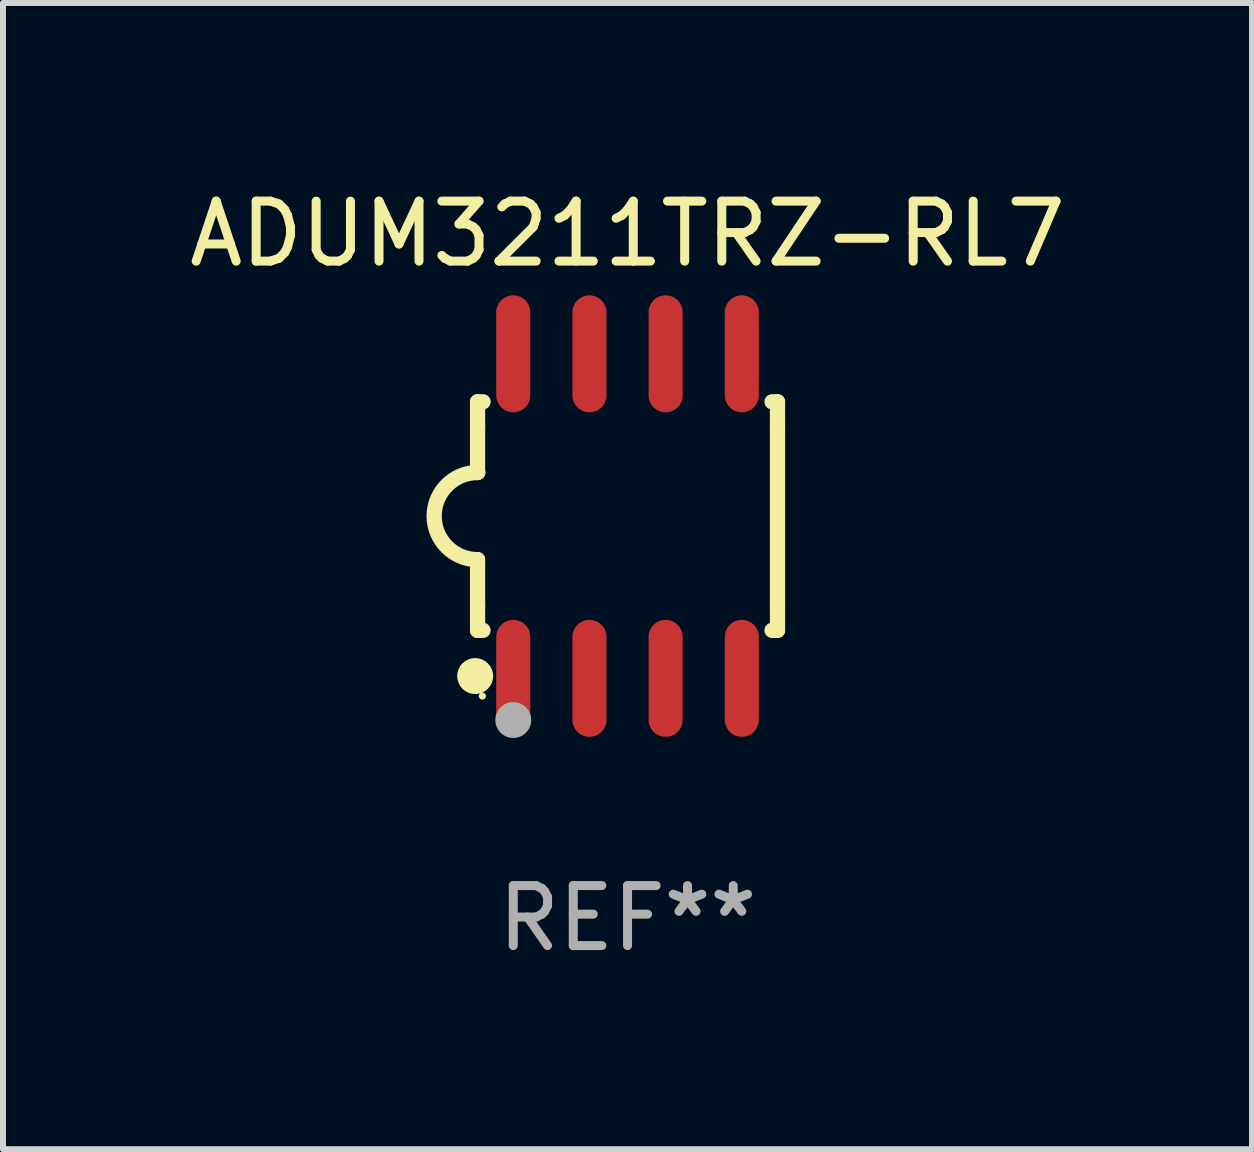
<source format=kicad_pcb>
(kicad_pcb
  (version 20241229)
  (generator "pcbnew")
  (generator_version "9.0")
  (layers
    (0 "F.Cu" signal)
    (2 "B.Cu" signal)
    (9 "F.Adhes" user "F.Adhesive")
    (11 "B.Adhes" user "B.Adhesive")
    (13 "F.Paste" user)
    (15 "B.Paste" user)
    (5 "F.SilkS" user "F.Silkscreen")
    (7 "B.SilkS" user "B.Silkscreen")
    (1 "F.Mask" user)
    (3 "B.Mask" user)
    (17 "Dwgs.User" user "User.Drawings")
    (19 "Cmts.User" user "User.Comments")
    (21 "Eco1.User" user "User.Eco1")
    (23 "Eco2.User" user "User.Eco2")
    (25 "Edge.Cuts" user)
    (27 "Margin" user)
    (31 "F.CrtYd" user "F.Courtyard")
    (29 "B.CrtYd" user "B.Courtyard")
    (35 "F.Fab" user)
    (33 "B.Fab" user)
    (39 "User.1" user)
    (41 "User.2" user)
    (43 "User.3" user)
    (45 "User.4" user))
  (footprint "ADUM3211TRZ-RL7"
    (layer "F.Cu")
    (at 7.411 5.553)
    (property "Reference" "ADUM3211TRZ-RL7" (at 0 -4.705 0) (layer "F.SilkS") (effects (font (size 1 1) (thickness 0.15))))
    (attr through_hole)
    (fp_line (start -2.5 -1.905) (end -2.409 -1.905) (stroke (width 0.254) (type solid)) (layer "F.SilkS"))
    (fp_line (start -2.5 -1.5) (end -2.5 -1.905) (stroke (width 0.254) (type solid)) (layer "F.SilkS"))
    (fp_line (start -2.5 -1.5) (end -2.5 -0.726) (stroke (width 0.254) (type solid)) (layer "F.SilkS"))
    (fp_line (start -2.5 1.5) (end -2.5 0.727) (stroke (width 0.254) (type solid)) (layer "F.SilkS"))
    (fp_line (start -2.5 1.5) (end -2.5 1.905) (stroke (width 0.254) (type solid)) (layer "F.SilkS"))
    (fp_line (start -2.5 1.905) (end -2.409 1.905) (stroke (width 0.254) (type solid)) (layer "F.SilkS"))
    (fp_line (start 2.5 -1.905) (end 2.409 -1.905) (stroke (width 0.254) (type solid)) (layer "F.SilkS"))
    (fp_line (start 2.5 -1.5) (end 2.5 -1.905) (stroke (width 0.254) (type solid)) (layer "F.SilkS"))
    (fp_line (start 2.5 -1.5) (end 2.5 1.5) (stroke (width 0.254) (type solid)) (layer "F.SilkS"))
    (fp_line (start 2.5 1.5) (end 2.5 1.905) (stroke (width 0.254) (type solid)) (layer "F.SilkS"))
    (fp_line (start 2.5 1.905) (end 2.409 1.905) (stroke (width 0.254) (type solid)) (layer "F.SilkS"))
    (fp_arc (start -2.5 0.726568) (mid -3.220316 -0.0023) (end -2.495097 -0.726289) (stroke (width 0.254001) (type solid)) (layer "F.SilkS"))
    (fp_circle (center -2.54 2.667) (end -2.39 2.667) (stroke (width 0.3) (type solid)) (fill no) (layer "F.SilkS"))
    (fp_circle (center -2.42 3) (end -2.39 3) (stroke (width 0.06) (type solid)) (fill no) (layer "F.SilkS"))
    (fp_circle (center -1.905 3.4) (end -1.755 3.4) (stroke (width 0.3) (type solid)) (fill no) (layer "F.Fab"))
    (fp_text user "REF**" (at 0 6.705 0) (layer "F.Fab") (effects (font (size 1 1) (thickness 0.15))))
    (pad "1" smd oval (at -1.905 2.705) (size 0.568 1.95) (layers "F.Cu" "F.Mask" "F.Paste"))
    (pad "2" smd oval (at -0.635 2.705) (size 0.568 1.95) (layers "F.Cu" "F.Mask" "F.Paste"))
    (pad "3" smd oval (at 0.635 2.705) (size 0.568 1.95) (layers "F.Cu" "F.Mask" "F.Paste"))
    (pad "4" smd oval (at 1.905 2.705) (size 0.568 1.95) (layers "F.Cu" "F.Mask" "F.Paste"))
    (pad "5" smd oval (at 1.905 -2.705) (size 0.568 1.95) (layers "F.Cu" "F.Mask" "F.Paste"))
    (pad "6" smd oval (at 0.635 -2.705) (size 0.568 1.95) (layers "F.Cu" "F.Mask" "F.Paste"))
    (pad "7" smd oval (at -0.635 -2.705) (size 0.568 1.95) (layers "F.Cu" "F.Mask" "F.Paste"))
    (pad "8" smd oval (at -1.905 -2.705) (size 0.568 1.95) (layers "F.Cu" "F.Mask" "F.Paste")))
  (gr_rect
    (start -3 -3)
    (end 17.821 16.107)
    (stroke (width 0.1) (type default))
    (fill no)
    (layer "Edge.Cuts")))
</source>
